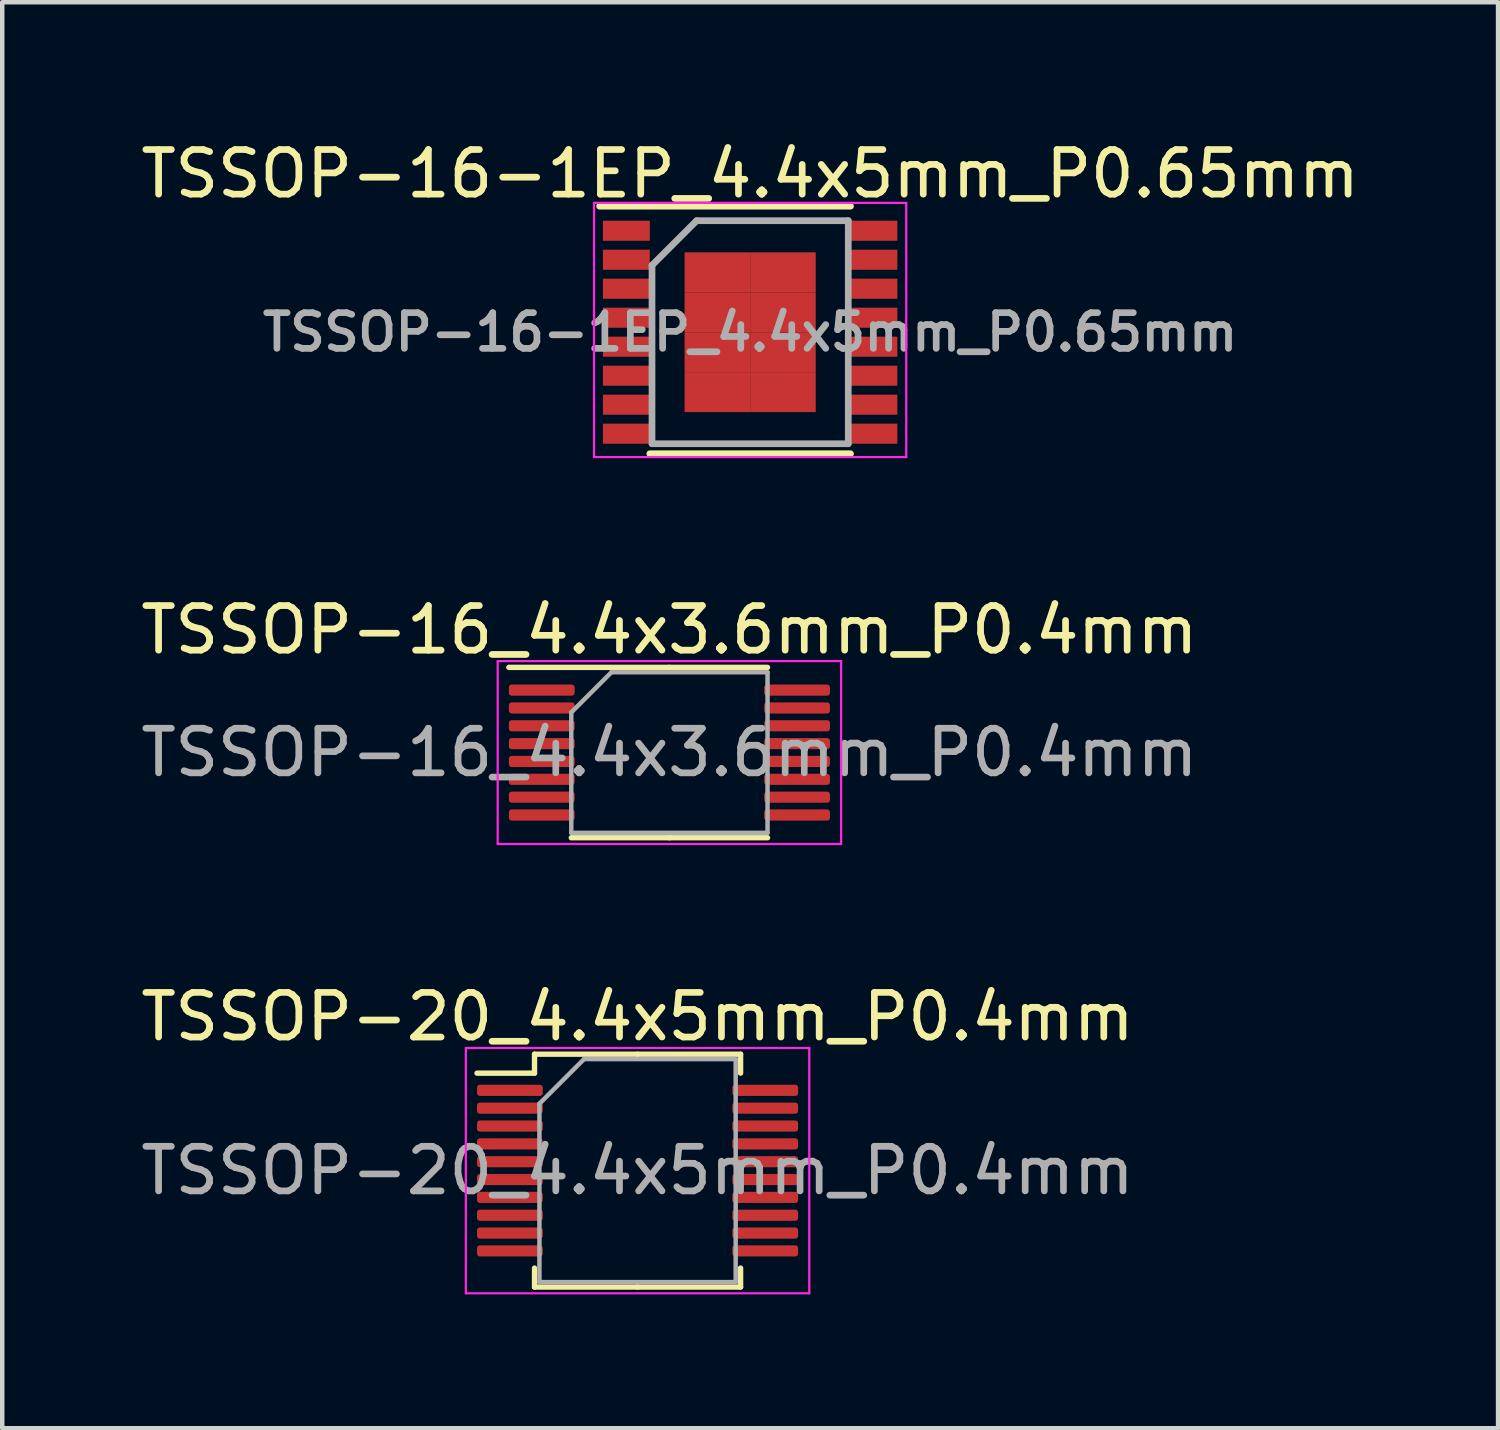
<source format=kicad_pcb>
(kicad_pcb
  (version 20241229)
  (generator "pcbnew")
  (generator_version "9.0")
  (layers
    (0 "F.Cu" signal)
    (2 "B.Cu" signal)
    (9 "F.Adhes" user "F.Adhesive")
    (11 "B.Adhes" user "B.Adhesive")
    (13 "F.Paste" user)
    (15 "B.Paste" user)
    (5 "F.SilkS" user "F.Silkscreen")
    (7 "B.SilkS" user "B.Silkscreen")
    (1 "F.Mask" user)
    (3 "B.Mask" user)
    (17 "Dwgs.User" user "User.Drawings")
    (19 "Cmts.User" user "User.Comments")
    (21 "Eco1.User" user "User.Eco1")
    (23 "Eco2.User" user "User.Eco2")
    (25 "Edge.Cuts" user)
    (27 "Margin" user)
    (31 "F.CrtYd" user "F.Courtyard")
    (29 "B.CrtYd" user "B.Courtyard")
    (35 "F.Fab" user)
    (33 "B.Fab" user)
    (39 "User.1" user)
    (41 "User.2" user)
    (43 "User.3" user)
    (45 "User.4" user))
  (footprint "TSSOP-16-1EP_4.4x5mm_P0.65mm"
    (layer "F.Cu")
    (at 13.768 4.398)
    (property "Reference" "TSSOP-16-1EP_4.4x5mm_P0.65mm" (at 0 -3.55 0) (layer "F.SilkS") (effects (font (size 1 1) (thickness 0.15))))
    (attr smd)
    (fp_line (start -3.375 -2.825) (end 2.25 -2.825) (stroke (width 0.15) (type solid)) (layer "F.SilkS"))
    (fp_line (start -2.25 2.725) (end 2.25 2.725) (stroke (width 0.15) (type solid)) (layer "F.SilkS"))
    (fp_line (start -3.5 -2.9) (end -3.5 2.8) (stroke (width 0.05) (type solid)) (layer "F.CrtYd"))
    (fp_line (start -3.5 -2.9) (end 3.5 -2.9) (stroke (width 0.05) (type solid)) (layer "F.CrtYd"))
    (fp_line (start -3.5 2.8) (end 3.5 2.8) (stroke (width 0.05) (type solid)) (layer "F.CrtYd"))
    (fp_line (start 3.5 -2.9) (end 3.5 2.8) (stroke (width 0.05) (type solid)) (layer "F.CrtYd"))
    (fp_line (start -2.2 -1.5) (end -1.2 -2.5) (stroke (width 0.15) (type solid)) (layer "F.Fab"))
    (fp_line (start -2.2 2.5) (end -2.2 -1.5) (stroke (width 0.15) (type solid)) (layer "F.Fab"))
    (fp_line (start -1.2 -2.5) (end 2.2 -2.5) (stroke (width 0.15) (type solid)) (layer "F.Fab"))
    (fp_line (start 2.2 -2.5) (end 2.2 2.5) (stroke (width 0.15) (type solid)) (layer "F.Fab"))
    (fp_line (start 2.2 2.5) (end -2.2 2.5) (stroke (width 0.15) (type solid)) (layer "F.Fab"))
    (fp_text user "${REFERENCE}" (at 0 0 0) (layer "F.Fab") (effects (font (size 0.8 0.8) (thickness 0.15))))
    (pad "1" smd rect (at -2.775 -2.275) (size 1.05 0.45) (layers "F.Cu" "F.Mask" "F.Paste"))
    (pad "2" smd rect (at -2.775 -1.625) (size 1.05 0.45) (layers "F.Cu" "F.Mask" "F.Paste"))
    (pad "3" smd rect (at -2.775 -0.975) (size 1.05 0.45) (layers "F.Cu" "F.Mask" "F.Paste"))
    (pad "4" smd rect (at -2.775 -0.325) (size 1.05 0.45) (layers "F.Cu" "F.Mask" "F.Paste"))
    (pad "5" smd rect (at -2.775 0.325) (size 1.05 0.45) (layers "F.Cu" "F.Mask" "F.Paste"))
    (pad "6" smd rect (at -2.775 0.975) (size 1.05 0.45) (layers "F.Cu" "F.Mask" "F.Paste"))
    (pad "7" smd rect (at -2.775 1.625) (size 1.05 0.45) (layers "F.Cu" "F.Mask" "F.Paste"))
    (pad "8" smd rect (at -2.775 2.275) (size 1.05 0.45) (layers "F.Cu" "F.Mask" "F.Paste"))
    (pad "9" smd rect (at 2.775 2.275) (size 1.05 0.45) (layers "F.Cu" "F.Mask" "F.Paste"))
    (pad "10" smd rect (at 2.775 1.625) (size 1.05 0.45) (layers "F.Cu" "F.Mask" "F.Paste"))
    (pad "11" smd rect (at 2.775 0.975) (size 1.05 0.45) (layers "F.Cu" "F.Mask" "F.Paste"))
    (pad "12" smd rect (at 2.775 0.325) (size 1.05 0.45) (layers "F.Cu" "F.Mask" "F.Paste"))
    (pad "13" smd rect (at 2.775 -0.325) (size 1.05 0.45) (layers "F.Cu" "F.Mask" "F.Paste"))
    (pad "14" smd rect (at 2.775 -0.975) (size 1.05 0.45) (layers "F.Cu" "F.Mask" "F.Paste"))
    (pad "15" smd rect (at 2.775 -1.625) (size 1.05 0.45) (layers "F.Cu" "F.Mask" "F.Paste"))
    (pad "16" smd rect (at 2.775 -2.275) (size 1.05 0.45) (layers "F.Cu" "F.Mask" "F.Paste"))
    (pad "17" smd rect (at -0.735 -1.343) (size 1.47 0.895) (layers "F.Cu" "F.Mask" "F.Paste"))
    (pad "17" smd rect (at -0.735 -0.448) (size 1.47 0.895) (layers "F.Cu" "F.Mask" "F.Paste"))
    (pad "17" smd rect (at -0.735 0.448) (size 1.47 0.895) (layers "F.Cu" "F.Mask" "F.Paste"))
    (pad "17" smd rect (at -0.735 1.343) (size 1.47 0.895) (layers "F.Cu" "F.Mask" "F.Paste"))
    (pad "17" smd rect (at 0.735 -1.343) (size 1.47 0.895) (layers "F.Cu" "F.Mask" "F.Paste"))
    (pad "17" smd rect (at 0.735 -0.448) (size 1.47 0.895) (layers "F.Cu" "F.Mask" "F.Paste"))
    (pad "17" smd rect (at 0.735 0.448) (size 1.47 0.895) (layers "F.Cu" "F.Mask" "F.Paste"))
    (pad "17" smd rect (at 0.735 1.343) (size 1.47 0.895) (layers "F.Cu" "F.Mask" "F.Paste")))
  (footprint "TSSOP-20_4.4x5mm_P0.4mm"
    (layer "F.Cu")
    (at 11.244 23.195)
    (property "Reference" "TSSOP-20_4.4x5mm_P0.4mm" (at 0 -3.45 0) (layer "F.SilkS") (effects (font (size 1 1) (thickness 0.15))))
    (attr smd)
    (fp_line (start -2.31 -2.61) (end -2.31 -2.185) (stroke (width 0.12) (type solid)) (layer "F.SilkS"))
    (fp_line (start -2.31 -2.185) (end -3.6 -2.185) (stroke (width 0.12) (type solid)) (layer "F.SilkS"))
    (fp_line (start -2.31 2.61) (end -2.31 2.185) (stroke (width 0.12) (type solid)) (layer "F.SilkS"))
    (fp_line (start 0 -2.61) (end -2.31 -2.61) (stroke (width 0.12) (type solid)) (layer "F.SilkS"))
    (fp_line (start 0 -2.61) (end 2.31 -2.61) (stroke (width 0.12) (type solid)) (layer "F.SilkS"))
    (fp_line (start 0 2.61) (end -2.31 2.61) (stroke (width 0.12) (type solid)) (layer "F.SilkS"))
    (fp_line (start 0 2.61) (end 2.31 2.61) (stroke (width 0.12) (type solid)) (layer "F.SilkS"))
    (fp_line (start 2.31 -2.61) (end 2.31 -2.185) (stroke (width 0.12) (type solid)) (layer "F.SilkS"))
    (fp_line (start 2.31 2.61) (end 2.31 2.185) (stroke (width 0.12) (type solid)) (layer "F.SilkS"))
    (fp_line (start -3.85 -2.75) (end -3.85 2.75) (stroke (width 0.05) (type solid)) (layer "F.CrtYd"))
    (fp_line (start -3.85 2.75) (end 3.85 2.75) (stroke (width 0.05) (type solid)) (layer "F.CrtYd"))
    (fp_line (start 3.85 -2.75) (end -3.85 -2.75) (stroke (width 0.05) (type solid)) (layer "F.CrtYd"))
    (fp_line (start 3.85 2.75) (end 3.85 -2.75) (stroke (width 0.05) (type solid)) (layer "F.CrtYd"))
    (fp_line (start -2.2 -1.5) (end -1.2 -2.5) (stroke (width 0.1) (type solid)) (layer "F.Fab"))
    (fp_line (start -2.2 2.5) (end -2.2 -1.5) (stroke (width 0.1) (type solid)) (layer "F.Fab"))
    (fp_line (start -1.2 -2.5) (end 2.2 -2.5) (stroke (width 0.1) (type solid)) (layer "F.Fab"))
    (fp_line (start 2.2 -2.5) (end 2.2 2.5) (stroke (width 0.1) (type solid)) (layer "F.Fab"))
    (fp_line (start 2.2 2.5) (end -2.2 2.5) (stroke (width 0.1) (type solid)) (layer "F.Fab"))
    (fp_text user "${REFERENCE}" (at 0 0 0) (layer "F.Fab") (effects (font (size 1 1) (thickness 0.15))))
    (pad "1" smd roundrect (at -2.862 -1.8) (size 1.475 0.25) (layers "F.Cu" "F.Mask" "F.Paste") (roundrect_rratio 0.25))
    (pad "2" smd roundrect (at -2.862 -1.4) (size 1.475 0.25) (layers "F.Cu" "F.Mask" "F.Paste") (roundrect_rratio 0.25))
    (pad "3" smd roundrect (at -2.862 -1) (size 1.475 0.25) (layers "F.Cu" "F.Mask" "F.Paste") (roundrect_rratio 0.25))
    (pad "4" smd roundrect (at -2.862 -0.6) (size 1.475 0.25) (layers "F.Cu" "F.Mask" "F.Paste") (roundrect_rratio 0.25))
    (pad "5" smd roundrect (at -2.862 -0.2) (size 1.475 0.25) (layers "F.Cu" "F.Mask" "F.Paste") (roundrect_rratio 0.25))
    (pad "6" smd roundrect (at -2.862 0.2) (size 1.475 0.25) (layers "F.Cu" "F.Mask" "F.Paste") (roundrect_rratio 0.25))
    (pad "7" smd roundrect (at -2.862 0.6) (size 1.475 0.25) (layers "F.Cu" "F.Mask" "F.Paste") (roundrect_rratio 0.25))
    (pad "8" smd roundrect (at -2.862 1) (size 1.475 0.25) (layers "F.Cu" "F.Mask" "F.Paste") (roundrect_rratio 0.25))
    (pad "9" smd roundrect (at -2.862 1.4) (size 1.475 0.25) (layers "F.Cu" "F.Mask" "F.Paste") (roundrect_rratio 0.25))
    (pad "10" smd roundrect (at -2.862 1.8) (size 1.475 0.25) (layers "F.Cu" "F.Mask" "F.Paste") (roundrect_rratio 0.25))
    (pad "11" smd roundrect (at 2.862 1.8) (size 1.475 0.25) (layers "F.Cu" "F.Mask" "F.Paste") (roundrect_rratio 0.25))
    (pad "12" smd roundrect (at 2.862 1.4) (size 1.475 0.25) (layers "F.Cu" "F.Mask" "F.Paste") (roundrect_rratio 0.25))
    (pad "13" smd roundrect (at 2.862 1) (size 1.475 0.25) (layers "F.Cu" "F.Mask" "F.Paste") (roundrect_rratio 0.25))
    (pad "14" smd roundrect (at 2.862 0.6) (size 1.475 0.25) (layers "F.Cu" "F.Mask" "F.Paste") (roundrect_rratio 0.25))
    (pad "15" smd roundrect (at 2.862 0.2) (size 1.475 0.25) (layers "F.Cu" "F.Mask" "F.Paste") (roundrect_rratio 0.25))
    (pad "16" smd roundrect (at 2.862 -0.2) (size 1.475 0.25) (layers "F.Cu" "F.Mask" "F.Paste") (roundrect_rratio 0.25))
    (pad "17" smd roundrect (at 2.862 -0.6) (size 1.475 0.25) (layers "F.Cu" "F.Mask" "F.Paste") (roundrect_rratio 0.25))
    (pad "18" smd roundrect (at 2.862 -1) (size 1.475 0.25) (layers "F.Cu" "F.Mask" "F.Paste") (roundrect_rratio 0.25))
    (pad "19" smd roundrect (at 2.862 -1.4) (size 1.475 0.25) (layers "F.Cu" "F.Mask" "F.Paste") (roundrect_rratio 0.25))
    (pad "20" smd roundrect (at 2.862 -1.8) (size 1.475 0.25) (layers "F.Cu" "F.Mask" "F.Paste") (roundrect_rratio 0.25)))
  (footprint "TSSOP-16_4.4x3.6mm_P0.4mm"
    (layer "F.Cu")
    (at 11.958 13.822)
    (property "Reference" "TSSOP-16_4.4x3.6mm_P0.4mm" (at 0 -2.75 0) (layer "F.SilkS") (effects (font (size 1 1) (thickness 0.15))))
    (attr smd)
    (fp_line (start 0 -1.91) (end -3.6 -1.91) (stroke (width 0.12) (type solid)) (layer "F.SilkS"))
    (fp_line (start 0 -1.91) (end 2.2 -1.91) (stroke (width 0.12) (type solid)) (layer "F.SilkS"))
    (fp_line (start 0 1.91) (end -2.2 1.91) (stroke (width 0.12) (type solid)) (layer "F.SilkS"))
    (fp_line (start 0 1.91) (end 2.2 1.91) (stroke (width 0.12) (type solid)) (layer "F.SilkS"))
    (fp_line (start -3.85 -2.05) (end -3.85 2.05) (stroke (width 0.05) (type solid)) (layer "F.CrtYd"))
    (fp_line (start -3.85 2.05) (end 3.85 2.05) (stroke (width 0.05) (type solid)) (layer "F.CrtYd"))
    (fp_line (start 3.85 -2.05) (end -3.85 -2.05) (stroke (width 0.05) (type solid)) (layer "F.CrtYd"))
    (fp_line (start 3.85 2.05) (end 3.85 -2.05) (stroke (width 0.05) (type solid)) (layer "F.CrtYd"))
    (fp_line (start -2.2 -0.9) (end -1.3 -1.8) (stroke (width 0.1) (type solid)) (layer "F.Fab"))
    (fp_line (start -2.2 1.8) (end -2.2 -0.9) (stroke (width 0.1) (type solid)) (layer "F.Fab"))
    (fp_line (start -1.3 -1.8) (end 2.2 -1.8) (stroke (width 0.1) (type solid)) (layer "F.Fab"))
    (fp_line (start 2.2 -1.8) (end 2.2 1.8) (stroke (width 0.1) (type solid)) (layer "F.Fab"))
    (fp_line (start 2.2 1.8) (end -2.2 1.8) (stroke (width 0.1) (type solid)) (layer "F.Fab"))
    (fp_text user "${REFERENCE}" (at 0 0 0) (layer "F.Fab") (effects (font (size 1 1) (thickness 0.15))))
    (pad "1" smd roundrect (at -2.862 -1.4) (size 1.475 0.25) (layers "F.Cu" "F.Mask" "F.Paste") (roundrect_rratio 0.25))
    (pad "2" smd roundrect (at -2.862 -1) (size 1.475 0.25) (layers "F.Cu" "F.Mask" "F.Paste") (roundrect_rratio 0.25))
    (pad "3" smd roundrect (at -2.862 -0.6) (size 1.475 0.25) (layers "F.Cu" "F.Mask" "F.Paste") (roundrect_rratio 0.25))
    (pad "4" smd roundrect (at -2.862 -0.2) (size 1.475 0.25) (layers "F.Cu" "F.Mask" "F.Paste") (roundrect_rratio 0.25))
    (pad "5" smd roundrect (at -2.862 0.2) (size 1.475 0.25) (layers "F.Cu" "F.Mask" "F.Paste") (roundrect_rratio 0.25))
    (pad "6" smd roundrect (at -2.862 0.6) (size 1.475 0.25) (layers "F.Cu" "F.Mask" "F.Paste") (roundrect_rratio 0.25))
    (pad "7" smd roundrect (at -2.862 1) (size 1.475 0.25) (layers "F.Cu" "F.Mask" "F.Paste") (roundrect_rratio 0.25))
    (pad "8" smd roundrect (at -2.862 1.4) (size 1.475 0.25) (layers "F.Cu" "F.Mask" "F.Paste") (roundrect_rratio 0.25))
    (pad "9" smd roundrect (at 2.862 1.4) (size 1.475 0.25) (layers "F.Cu" "F.Mask" "F.Paste") (roundrect_rratio 0.25))
    (pad "10" smd roundrect (at 2.862 1) (size 1.475 0.25) (layers "F.Cu" "F.Mask" "F.Paste") (roundrect_rratio 0.25))
    (pad "11" smd roundrect (at 2.862 0.6) (size 1.475 0.25) (layers "F.Cu" "F.Mask" "F.Paste") (roundrect_rratio 0.25))
    (pad "12" smd roundrect (at 2.862 0.2) (size 1.475 0.25) (layers "F.Cu" "F.Mask" "F.Paste") (roundrect_rratio 0.25))
    (pad "13" smd roundrect (at 2.862 -0.2) (size 1.475 0.25) (layers "F.Cu" "F.Mask" "F.Paste") (roundrect_rratio 0.25))
    (pad "14" smd roundrect (at 2.862 -0.6) (size 1.475 0.25) (layers "F.Cu" "F.Mask" "F.Paste") (roundrect_rratio 0.25))
    (pad "15" smd roundrect (at 2.862 -1) (size 1.475 0.25) (layers "F.Cu" "F.Mask" "F.Paste") (roundrect_rratio 0.25))
    (pad "16" smd roundrect (at 2.862 -1.4) (size 1.475 0.25) (layers "F.Cu" "F.Mask" "F.Paste") (roundrect_rratio 0.25)))
  (gr_rect
    (start -3 -3)
    (end 30.536 28.97)
    (stroke (width 0.1) (type default))
    (fill no)
    (layer "Edge.Cuts")))
</source>
